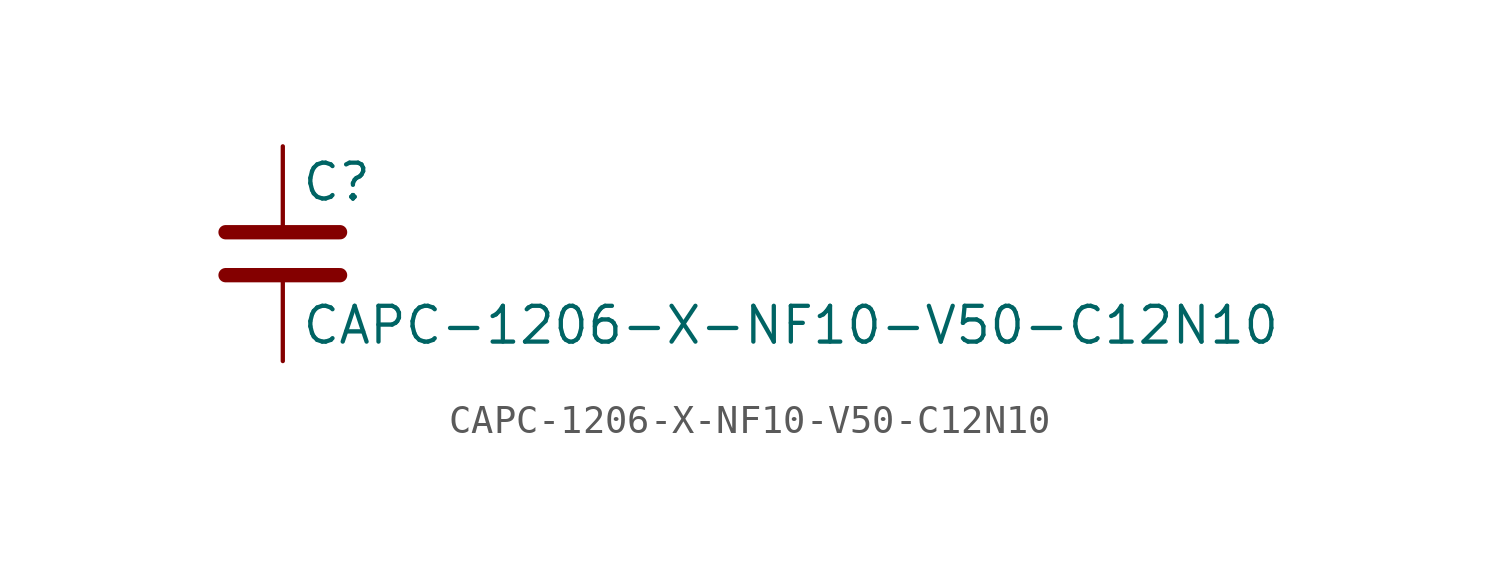
<source format=kicad_sym>
(kicad_symbol_lib
  (version 20211014)
  (generator kicad_symbol_editor)
  (symbol "CAPC-1206-X-NF10-V50-C12N10"
    (pin_numbers hide)
    (pin_names
      (offset 0.254))
    (property "Reference" "C"
      (at 0.635 2.54 0)
      (effects (font (size 1.27 1.27)) (justify left)))
    (property "Value" "CAPC-1206-X-NF10-V50-C12N10"
      (at 0.635 -2.54 0)
      (effects (font (size 1.27 1.27)) (justify left)))
    (symbol "CAPC-1206-X-NF10-V50-C12N10_0_1"
      (polyline (pts (xy -2.032 -0.762) (xy 2.032 -0.762)) (stroke (width 0.508) (type default) (color 0 0 0 0)) (fill (type none)))
      (polyline (pts (xy -2.032 0.762) (xy 2.032 0.762)) (stroke (width 0.508) (type default) (color 0 0 0 0)) (fill (type none))))
    (symbol "CAPC-1206-X-NF10-V50-C12N10_1_1"
      (pin passive line (at 0 3.81 270) (length 2.794) (name "~" (effects (font (size 1.27 1.27)))) (number "1" (effects (font (size 1.27 1.27)))))
      (pin passive line (at 0 -3.81 90) (length 2.794) (name "~" (effects (font (size 1.27 1.27)))) (number "2" (effects (font (size 1.27 1.27))))))))
</source>
